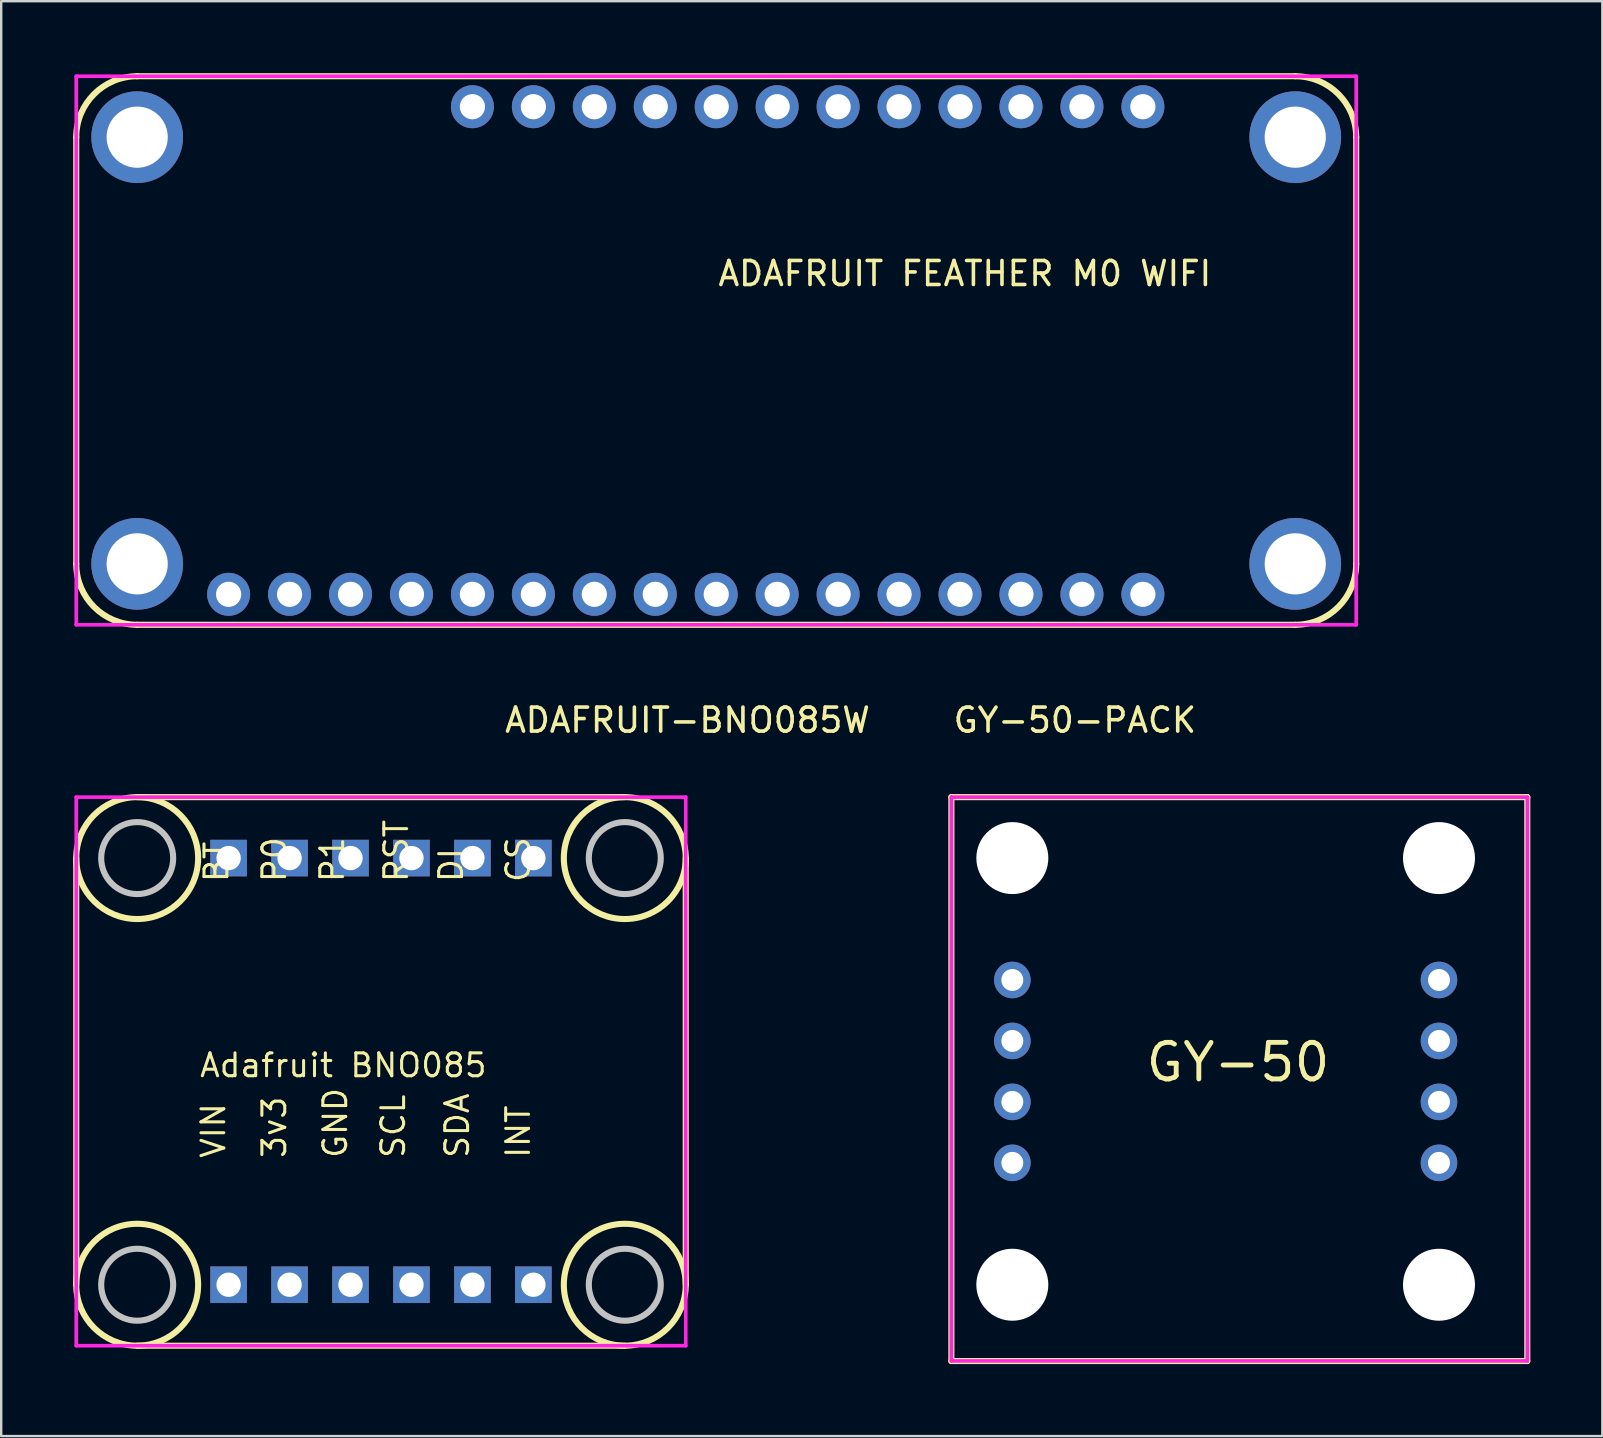
<source format=kicad_pcb>
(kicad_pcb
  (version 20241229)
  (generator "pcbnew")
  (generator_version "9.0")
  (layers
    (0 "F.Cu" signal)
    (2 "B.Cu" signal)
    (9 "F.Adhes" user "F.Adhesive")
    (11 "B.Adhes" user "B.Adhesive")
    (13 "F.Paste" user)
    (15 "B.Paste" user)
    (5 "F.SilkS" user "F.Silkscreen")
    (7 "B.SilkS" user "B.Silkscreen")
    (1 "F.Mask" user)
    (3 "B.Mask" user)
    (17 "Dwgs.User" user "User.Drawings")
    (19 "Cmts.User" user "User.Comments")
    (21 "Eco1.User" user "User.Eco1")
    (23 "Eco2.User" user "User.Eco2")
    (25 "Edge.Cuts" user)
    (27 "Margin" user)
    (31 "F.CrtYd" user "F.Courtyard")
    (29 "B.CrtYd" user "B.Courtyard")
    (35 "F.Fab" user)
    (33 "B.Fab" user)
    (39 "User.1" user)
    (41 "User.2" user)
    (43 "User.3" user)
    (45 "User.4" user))
  (footprint "ADAFRUIT-BNO085W"
    (layer "F.Cu")
    (at 17.907 30.169)
    (property "Reference" "ADAFRUIT-BNO085W" (at 0 -3.207 0) (layer "F.SilkS") (effects (font (size 1 1) (thickness 0.15)) (justify left)))
    (attr through_hole)
    (fp_line (start -17.78 20.32) (end -17.78 2.54) (stroke (width 0.254) (type solid)) (layer "F.SilkS"))
    (fp_line (start -15.24 0) (end 5.08 0) (stroke (width 0.254) (type solid)) (layer "F.SilkS"))
    (fp_line (start -15.24 22.86) (end 5.08 22.86) (stroke (width 0.254) (type solid)) (layer "F.SilkS"))
    (fp_line (start 7.62 20.32) (end 7.62 2.54) (stroke (width 0.254) (type solid)) (layer "F.SilkS"))
    (fp_circle (center -15.24 2.54) (end -12.7 2.54) (stroke (width 0.254) (type solid)) (fill no) (layer "F.SilkS"))
    (fp_circle (center -15.24 20.32) (end -12.7 20.32) (stroke (width 0.254) (type solid)) (fill no) (layer "F.SilkS"))
    (fp_circle (center 5.08 2.54) (end 7.62 2.54) (stroke (width 0.254) (type solid)) (fill no) (layer "F.SilkS"))
    (fp_circle (center 5.08 20.32) (end 7.62 20.32) (stroke (width 0.254) (type solid)) (fill no) (layer "F.SilkS"))
    (fp_circle (center -15.24 2.54) (end -13.74 2.54) (stroke (width 0.254) (type solid)) (fill no) (layer "Dwgs.User"))
    (fp_circle (center -15.24 20.32) (end -13.74 20.32) (stroke (width 0.254) (type solid)) (fill no) (layer "Dwgs.User"))
    (fp_circle (center 5.08 2.54) (end 6.58 2.54) (stroke (width 0.254) (type solid)) (fill no) (layer "Dwgs.User"))
    (fp_circle (center 5.08 20.32) (end 6.58 20.32) (stroke (width 0.254) (type solid)) (fill no) (layer "Dwgs.User"))
    (fp_line (start -17.78 0) (end 7.62 0) (stroke (width 0.152) (type solid)) (layer "F.CrtYd"))
    (fp_line (start -17.78 22.86) (end -17.78 0) (stroke (width 0.152) (type solid)) (layer "F.CrtYd"))
    (fp_line (start 7.62 0) (end 7.62 22.86) (stroke (width 0.152) (type solid)) (layer "F.CrtYd"))
    (fp_line (start 7.62 22.86) (end -17.78 22.86) (stroke (width 0.152) (type solid)) (layer "F.CrtYd"))
    (fp_text user "VIN" (at -12.065 15.113 270) (layer "F.SilkS") (effects (font (size 0.953 0.953) (thickness 0.127)) (justify left)))
    (fp_text user "RST" (at -4.445 3.62 270) (layer "F.SilkS") (effects (font (size 0.953 0.953) (thickness 0.127)) (justify left)))
    (fp_text user "GND" (at -6.985 15.113 270) (layer "F.SilkS") (effects (font (size 0.953 0.953) (thickness 0.127)) (justify left)))
    (fp_text user "INT" (at 0.635 15.113 270) (layer "F.SilkS") (effects (font (size 0.953 0.953) (thickness 0.127)) (justify left)))
    (fp_text user "P1" (at -7.112 3.62 270) (layer "F.SilkS") (effects (font (size 0.953 0.953) (thickness 0.127)) (justify left)))
    (fp_text user "P0" (at -9.525 3.62 270) (layer "F.SilkS") (effects (font (size 0.953 0.953) (thickness 0.127)) (justify left)))
    (fp_text user "BT" (at -11.938 3.62 270) (layer "F.SilkS") (effects (font (size 0.953 0.953) (thickness 0.127)) (justify left)))
    (fp_text user "3v3" (at -9.525 15.113 270) (layer "F.SilkS") (effects (font (size 0.953 0.953) (thickness 0.127)) (justify left)))
    (fp_text user "SDA" (at -1.905 15.113 270) (layer "F.SilkS") (effects (font (size 0.953 0.953) (thickness 0.127)) (justify left)))
    (fp_text user "CS" (at 0.635 3.62 270) (layer "F.SilkS") (effects (font (size 0.953 0.953) (thickness 0.127)) (justify left)))
    (fp_text user "DI" (at -2.159 3.62 270) (layer "F.SilkS") (effects (font (size 0.953 0.953) (thickness 0.127)) (justify left)))
    (fp_text user "SCL" (at -4.572 15.113 270) (layer "F.SilkS") (effects (font (size 0.953 0.953) (thickness 0.127)) (justify left)))
    (fp_text user "Adafruit BNO085" (at -12.7 11.176 0) (layer "F.SilkS") (effects (font (size 0.953 0.953) (thickness 0.127)) (justify left)))
    (pad "1" thru_hole rect (at -11.43 20.32) (size 1.524 1.524) (drill 1.016) (layers "*.Cu" "*.Mask"))
    (pad "2" thru_hole rect (at -8.89 20.32) (size 1.524 1.524) (drill 1.016) (layers "*.Cu" "*.Mask"))
    (pad "3" thru_hole rect (at -6.35 20.32) (size 1.524 1.524) (drill 1.016) (layers "*.Cu" "*.Mask"))
    (pad "4" thru_hole rect (at -3.81 20.32) (size 1.524 1.524) (drill 1.016) (layers "*.Cu" "*.Mask"))
    (pad "5" thru_hole rect (at -1.27 20.32) (size 1.524 1.524) (drill 1.016) (layers "*.Cu" "*.Mask"))
    (pad "6" thru_hole rect (at 1.27 20.32) (size 1.524 1.524) (drill 1.016) (layers "*.Cu" "*.Mask"))
    (pad "7" thru_hole rect (at 1.27 2.54 180) (size 1.524 1.524) (drill 1.016) (layers "*.Cu" "*.Mask"))
    (pad "8" thru_hole rect (at -1.27 2.54 180) (size 1.524 1.524) (drill 1.016) (layers "*.Cu" "*.Mask"))
    (pad "9" thru_hole rect (at -3.81 2.54 180) (size 1.524 1.524) (drill 1.016) (layers "*.Cu" "*.Mask"))
    (pad "10" thru_hole rect (at -6.35 2.54 180) (size 1.524 1.524) (drill 1.016) (layers "*.Cu" "*.Mask"))
    (pad "11" thru_hole rect (at -8.89 2.54 180) (size 1.524 1.524) (drill 1.016) (layers "*.Cu" "*.Mask"))
    (pad "12" thru_hole rect (at -11.43 2.54 180) (size 1.524 1.524) (drill 1.016) (layers "*.Cu" "*.Mask")))
  (footprint "ADAFRUIT FEATHER M0 WIFI"
    (layer "F.Cu")
    (at 26.797 11.557)
    (property "Reference" "ADAFRUIT FEATHER M0 WIFI" (at 0 -3.207 0) (layer "F.SilkS") (effects (font (size 1 1) (thickness 0.15)) (justify left)))
    (attr through_hole)
    (fp_line (start -26.67 -8.89) (end -26.67 8.89) (stroke (width 0.254) (type solid)) (layer "F.SilkS"))
    (fp_line (start -24.13 11.43) (end 24.13 11.43) (stroke (width 0.254) (type solid)) (layer "F.SilkS"))
    (fp_line (start 24.13 -11.43) (end -24.13 -11.43) (stroke (width 0.254) (type solid)) (layer "F.SilkS"))
    (fp_line (start 26.67 8.89) (end 26.67 -8.89) (stroke (width 0.254) (type solid)) (layer "F.SilkS"))
    (fp_arc (start -26.67 -8.89) (mid -25.926051 -10.686051) (end -24.13 -11.43) (stroke (width 0.254) (type solid)) (layer "F.SilkS"))
    (fp_arc (start -24.13 11.43) (mid -25.926051 10.686051) (end -26.67 8.89) (stroke (width 0.254) (type solid)) (layer "F.SilkS"))
    (fp_arc (start 24.13 -11.43) (mid 25.926053 -10.686049) (end 26.67 -8.889995) (stroke (width 0.254) (type solid)) (layer "F.SilkS"))
    (fp_arc (start 26.67 8.89) (mid 25.926049 10.686053) (end 24.129995 11.43) (stroke (width 0.254) (type solid)) (layer "F.SilkS"))
    (fp_line (start -26.67 -11.43) (end 26.67 -11.43) (stroke (width 0.152) (type solid)) (layer "F.CrtYd"))
    (fp_line (start -26.67 11.43) (end -26.67 -11.43) (stroke (width 0.152) (type solid)) (layer "F.CrtYd"))
    (fp_line (start 26.67 -11.43) (end 26.67 11.43) (stroke (width 0.152) (type solid)) (layer "F.CrtYd"))
    (fp_line (start 26.67 11.43) (end -26.67 11.43) (stroke (width 0.152) (type solid)) (layer "F.CrtYd"))
    (pad "1" thru_hole circle (at -20.32 10.16) (size 1.791 1.791) (drill 1.052) (layers "*.Cu" "*.Mask"))
    (pad "2" thru_hole circle (at -17.78 10.16) (size 1.791 1.791) (drill 1.052) (layers "*.Cu" "*.Mask"))
    (pad "3" thru_hole circle (at -15.24 10.16) (size 1.791 1.791) (drill 1.052) (layers "*.Cu" "*.Mask"))
    (pad "4" thru_hole circle (at -12.7 10.16) (size 1.791 1.791) (drill 1.052) (layers "*.Cu" "*.Mask"))
    (pad "5" thru_hole circle (at -10.16 10.16) (size 1.791 1.791) (drill 1.052) (layers "*.Cu" "*.Mask"))
    (pad "6" thru_hole circle (at -7.62 10.16) (size 1.791 1.791) (drill 1.052) (layers "*.Cu" "*.Mask"))
    (pad "7" thru_hole circle (at -5.08 10.16) (size 1.791 1.791) (drill 1.052) (layers "*.Cu" "*.Mask"))
    (pad "8" thru_hole circle (at -2.54 10.16) (size 1.791 1.791) (drill 1.052) (layers "*.Cu" "*.Mask"))
    (pad "9" thru_hole circle (at 0 10.16) (size 1.791 1.791) (drill 1.052) (layers "*.Cu" "*.Mask"))
    (pad "10" thru_hole circle (at 2.54 10.16) (size 1.791 1.791) (drill 1.052) (layers "*.Cu" "*.Mask"))
    (pad "11" thru_hole circle (at 5.08 10.16) (size 1.791 1.791) (drill 1.052) (layers "*.Cu" "*.Mask"))
    (pad "12" thru_hole circle (at 7.62 10.16) (size 1.791 1.791) (drill 1.052) (layers "*.Cu" "*.Mask"))
    (pad "13" thru_hole circle (at 10.16 10.16) (size 1.791 1.791) (drill 1.052) (layers "*.Cu" "*.Mask"))
    (pad "14" thru_hole circle (at 12.7 10.16) (size 1.791 1.791) (drill 1.052) (layers "*.Cu" "*.Mask"))
    (pad "15" thru_hole circle (at 15.24 10.16) (size 1.791 1.791) (drill 1.052) (layers "*.Cu" "*.Mask"))
    (pad "16" thru_hole circle (at 17.78 10.16) (size 1.791 1.791) (drill 1.052) (layers "*.Cu" "*.Mask"))
    (pad "17" thru_hole circle (at 17.78 -10.16) (size 1.791 1.791) (drill 1.052) (layers "*.Cu" "*.Mask"))
    (pad "18" thru_hole circle (at 15.24 -10.16) (size 1.791 1.791) (drill 1.052) (layers "*.Cu" "*.Mask"))
    (pad "19" thru_hole circle (at 12.7 -10.16) (size 1.791 1.791) (drill 1.052) (layers "*.Cu" "*.Mask"))
    (pad "20" thru_hole circle (at 10.16 -10.16) (size 1.791 1.791) (drill 1.052) (layers "*.Cu" "*.Mask"))
    (pad "21" thru_hole circle (at 7.62 -10.16) (size 1.791 1.791) (drill 1.052) (layers "*.Cu" "*.Mask"))
    (pad "22" thru_hole circle (at 5.08 -10.16) (size 1.791 1.791) (drill 1.052) (layers "*.Cu" "*.Mask"))
    (pad "23" thru_hole circle (at 2.54 -10.16) (size 1.791 1.791) (drill 1.052) (layers "*.Cu" "*.Mask"))
    (pad "24" thru_hole circle (at 0 -10.16) (size 1.791 1.791) (drill 1.052) (layers "*.Cu" "*.Mask"))
    (pad "25" thru_hole circle (at -2.54 -10.16) (size 1.791 1.791) (drill 1.052) (layers "*.Cu" "*.Mask"))
    (pad "26" thru_hole circle (at -5.08 -10.16) (size 1.791 1.791) (drill 1.052) (layers "*.Cu" "*.Mask"))
    (pad "27" thru_hole circle (at -7.62 -10.16) (size 1.791 1.791) (drill 1.052) (layers "*.Cu" "*.Mask"))
    (pad "28" thru_hole circle (at -10.16 -10.16) (size 1.791 1.791) (drill 1.052) (layers "*.Cu" "*.Mask"))
    (pad "32" thru_hole circle (at 24.13 -8.89) (size 3.823 3.823) (drill 2.55) (layers "*.Cu" "*.Mask"))
    (pad "32" thru_hole circle (at 24.13 8.89) (size 3.823 3.823) (drill 2.55) (layers "*.Cu" "*.Mask"))
    (pad "P$1" thru_hole circle (at -24.13 -8.89) (size 3.823 3.823) (drill 2.55) (layers "*.Cu" "*.Mask"))
    (pad "P$2" thru_hole circle (at -24.13 8.89) (size 3.823 3.823) (drill 2.55) (layers "*.Cu" "*.Mask")))
  (footprint "GY-50-PACK"
    (layer "F.Cu")
    (at 36.597 30.169)
    (property "Reference" "GY-50-PACK" (at 0 -3.207 0) (layer "F.SilkS") (effects (font (size 1 1) (thickness 0.15)) (justify left)))
    (attr through_hole)
    (fp_line (start 0 0) (end 24 0) (stroke (width 0.254) (type solid)) (layer "F.SilkS"))
    (fp_line (start 0 23.5) (end 0 0) (stroke (width 0.254) (type solid)) (layer "F.SilkS"))
    (fp_line (start 24 0) (end 24 23.5) (stroke (width 0.254) (type solid)) (layer "F.SilkS"))
    (fp_line (start 24 23.5) (end 0 23.5) (stroke (width 0.254) (type solid)) (layer "F.SilkS"))
    (fp_line (start 0 0) (end 24.003 0) (stroke (width 0.152) (type solid)) (layer "F.CrtYd"))
    (fp_line (start 0 23.495) (end 0 0) (stroke (width 0.152) (type solid)) (layer "F.CrtYd"))
    (fp_line (start 24.003 0) (end 24.003 23.495) (stroke (width 0.152) (type solid)) (layer "F.CrtYd"))
    (fp_line (start 24.003 23.495) (end 0 23.495) (stroke (width 0.152) (type solid)) (layer "F.CrtYd"))
    (fp_text user "GY-50" (at 8.001 11.049 0) (layer "F.SilkS") (effects (font (size 1.524 1.524) (thickness 0.203)) (justify left)))
    (pad "" np_thru_hole circle (at 2.54 2.54) (size 3 3) (drill 3) (layers "*.Cu" "*.Mask"))
    (pad "" np_thru_hole circle (at 2.54 20.32) (size 3 3) (drill 3) (layers "*.Cu" "*.Mask"))
    (pad "" np_thru_hole circle (at 20.32 2.54) (size 3 3) (drill 3) (layers "*.Cu" "*.Mask"))
    (pad "" np_thru_hole circle (at 20.32 20.32) (size 3 3) (drill 3) (layers "*.Cu" "*.Mask"))
    (pad "1" thru_hole circle (at 20.32 7.62) (size 1.524 1.524) (drill 0.914) (layers "*.Cu" "*.Mask"))
    (pad "2" thru_hole circle (at 20.32 10.16) (size 1.524 1.524) (drill 0.914) (layers "*.Cu" "*.Mask"))
    (pad "3" thru_hole circle (at 20.32 12.7) (size 1.524 1.524) (drill 0.914) (layers "*.Cu" "*.Mask"))
    (pad "4" thru_hole circle (at 20.32 15.24) (size 1.524 1.524) (drill 0.914) (layers "*.Cu" "*.Mask"))
    (pad "5" thru_hole circle (at 2.54 7.62) (size 1.524 1.524) (drill 0.914) (layers "*.Cu" "*.Mask"))
    (pad "6" thru_hole circle (at 2.54 10.16) (size 1.524 1.524) (drill 0.914) (layers "*.Cu" "*.Mask"))
    (pad "7" thru_hole circle (at 2.54 12.7) (size 1.524 1.524) (drill 0.914) (layers "*.Cu" "*.Mask"))
    (pad "8" thru_hole circle (at 2.54 15.24) (size 1.524 1.524) (drill 0.914) (layers "*.Cu" "*.Mask")))
  (gr_rect
    (start -3 -3)
    (end 63.724 56.796)
    (stroke (width 0.1) (type default))
    (fill no)
    (layer "Edge.Cuts")))
</source>
